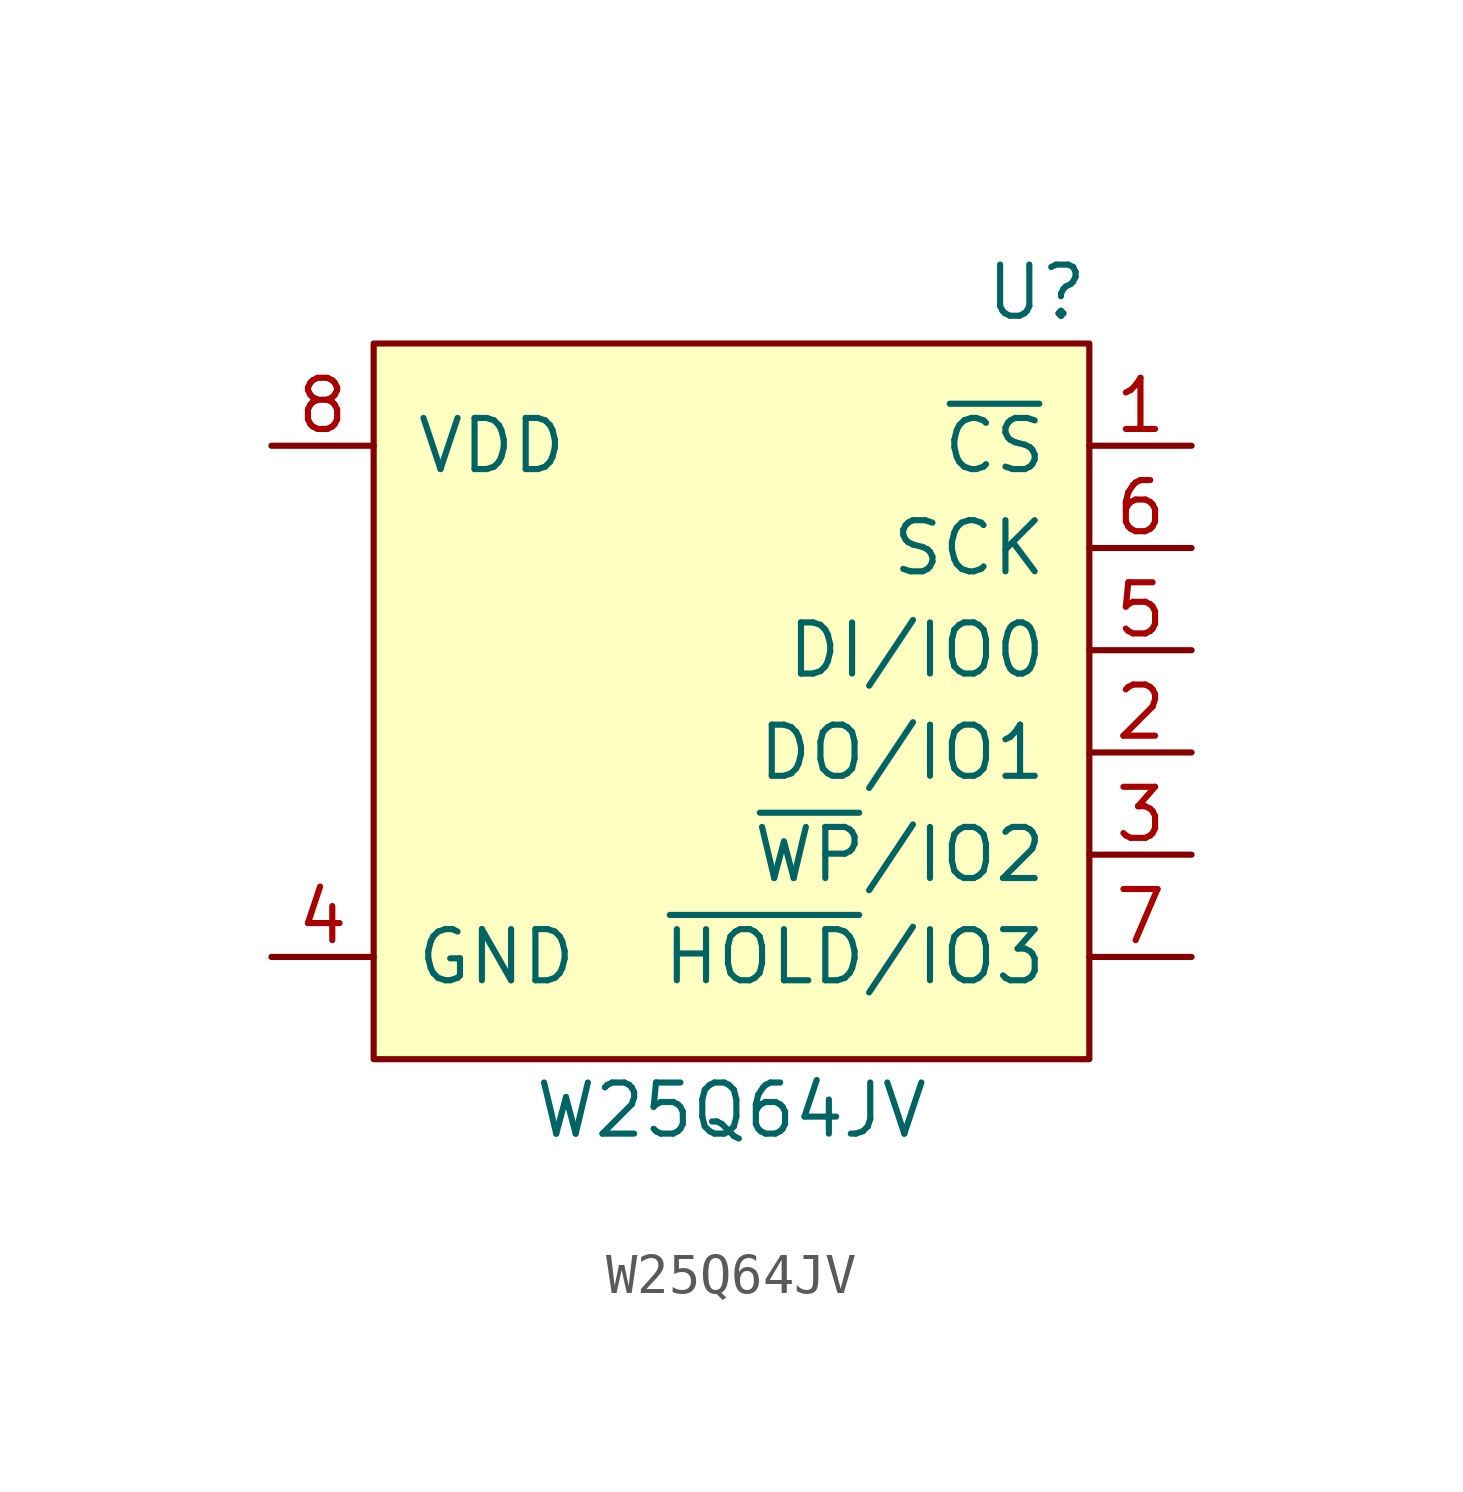
<source format=kicad_sym>
(kicad_symbol_lib
  (version 20231120)
  (generator "kicad_symbol_editor")
  (generator_version "8.99")
  (symbol "W25Q64JV"
    (pin_names
      (offset 1.016))
    (property "Reference" "U"
      (at 8.89 10.16 0)
      (effects (font (size 1.27 1.27)) (justify right)))
    (property "Value" "W25Q64JV"
      (at 0 -10.16 0)
      (effects (font (size 1.27 1.27))))
    (symbol "W25Q64JV_0_1"
      (rectangle (start -8.89 8.89) (end 8.89 -8.89) (stroke (width 0) (type solid)) (fill (type background))))
    (symbol "W25Q64JV_1_1"
      (pin input line (at 11.43 6.35 180) (length 2.54) (name "~{CS}" (effects (font (size 1.27 1.27)))) (number "1" (effects (font (size 1.27 1.27)))))
      (pin bidirectional line (at 11.43 -1.27 180) (length 2.54) (name "DO/IO1" (effects (font (size 1.27 1.27)))) (number "2" (effects (font (size 1.27 1.27)))))
      (pin bidirectional line (at 11.43 -3.81 180) (length 2.54) (name "~{WP}/IO2" (effects (font (size 1.27 1.27)))) (number "3" (effects (font (size 1.27 1.27)))))
      (pin power_in line (at -11.43 -6.35 0) (length 2.54) (name "GND" (effects (font (size 1.27 1.27)))) (number "4" (effects (font (size 1.27 1.27)))))
      (pin bidirectional line (at 11.43 1.27 180) (length 2.54) (name "DI/IO0" (effects (font (size 1.27 1.27)))) (number "5" (effects (font (size 1.27 1.27)))))
      (pin input line (at 11.43 3.81 180) (length 2.54) (name "SCK" (effects (font (size 1.27 1.27)))) (number "6" (effects (font (size 1.27 1.27)))))
      (pin bidirectional line (at 11.43 -6.35 180) (length 2.54) (name "~{HOLD}/IO3" (effects (font (size 1.27 1.27)))) (number "7" (effects (font (size 1.27 1.27)))))
      (pin power_in line (at -11.43 6.35 0) (length 2.54) (name "VDD" (effects (font (size 1.27 1.27)))) (number "8" (effects (font (size 1.27 1.27)))))
      (pin passive line (at -11.43 -6.35 0) (length 2.54) hide (name "GND" (effects (font (size 1.27 1.27)))) (number "9" (effects (font (size 1.27 1.27))))))))
</source>
